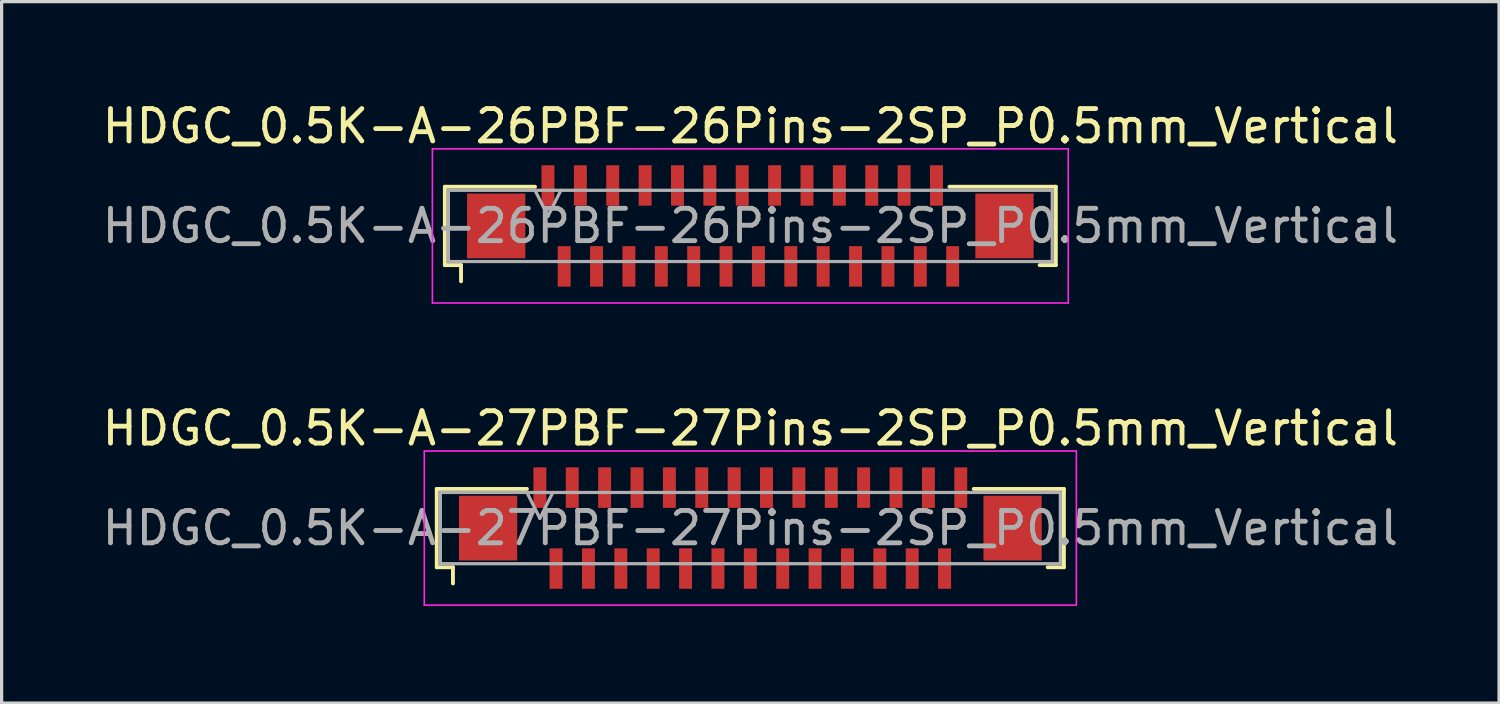
<source format=kicad_pcb>
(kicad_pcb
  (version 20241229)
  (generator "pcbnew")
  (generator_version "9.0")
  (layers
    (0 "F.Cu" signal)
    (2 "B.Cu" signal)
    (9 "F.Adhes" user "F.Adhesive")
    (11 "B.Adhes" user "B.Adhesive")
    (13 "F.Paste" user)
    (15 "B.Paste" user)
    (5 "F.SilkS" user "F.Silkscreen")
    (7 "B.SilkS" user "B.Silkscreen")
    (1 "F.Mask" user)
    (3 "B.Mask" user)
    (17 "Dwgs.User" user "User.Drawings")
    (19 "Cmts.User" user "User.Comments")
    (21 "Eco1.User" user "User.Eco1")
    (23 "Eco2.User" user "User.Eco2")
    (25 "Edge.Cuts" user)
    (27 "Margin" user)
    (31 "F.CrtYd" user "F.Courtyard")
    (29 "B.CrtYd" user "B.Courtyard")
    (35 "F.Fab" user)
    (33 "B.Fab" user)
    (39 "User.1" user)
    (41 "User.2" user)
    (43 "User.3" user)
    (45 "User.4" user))
  (footprint "HDGC_0.5K-A-26PBF-26Pins-2SP_P0.5mm_Vertical"
    (layer "F.Cu")
    (at 20.125 3.928)
    (property "Reference" "HDGC_0.5K-A-26PBF-26Pins-2SP_P0.5mm_Vertical" (at 0 -3.08 0) (layer "F.SilkS") (effects (font (size 1 1) (thickness 0.15))))
    (attr smd)
    (fp_line (start -9.435 -1.21) (end -6.65 -1.21) (stroke (width 0.12) (type solid)) (layer "F.SilkS"))
    (fp_line (start -9.435 1.21) (end -9.435 -1.21) (stroke (width 0.12) (type solid)) (layer "F.SilkS"))
    (fp_line (start -8.935 1.21) (end -9.435 1.21) (stroke (width 0.12) (type solid)) (layer "F.SilkS"))
    (fp_line (start -8.935 1.71) (end -8.935 1.21) (stroke (width 0.12) (type solid)) (layer "F.SilkS"))
    (fp_line (start 8.935 1.21) (end 9.435 1.21) (stroke (width 0.12) (type solid)) (layer "F.SilkS"))
    (fp_line (start 9.435 -1.21) (end 6.15 -1.21) (stroke (width 0.12) (type solid)) (layer "F.SilkS"))
    (fp_line (start 9.435 1.21) (end 9.435 -1.21) (stroke (width 0.12) (type solid)) (layer "F.SilkS"))
    (fp_line (start -9.82 -2.38) (end 9.82 -2.38) (stroke (width 0.05) (type solid)) (layer "F.CrtYd"))
    (fp_line (start -9.82 2.38) (end -9.82 -2.38) (stroke (width 0.05) (type solid)) (layer "F.CrtYd"))
    (fp_line (start 9.82 -2.38) (end 9.82 2.38) (stroke (width 0.05) (type solid)) (layer "F.CrtYd"))
    (fp_line (start 9.82 2.38) (end -9.82 2.38) (stroke (width 0.05) (type solid)) (layer "F.CrtYd"))
    (fp_line (start -9.325 -1.1) (end -9.325 1.1) (stroke (width 0.1) (type solid)) (layer "F.Fab"))
    (fp_line (start -9.325 1.1) (end 9.325 1.1) (stroke (width 0.1) (type solid)) (layer "F.Fab"))
    (fp_line (start -6.65 -1.1) (end -6.25 -0.3) (stroke (width 0.1) (type solid)) (layer "F.Fab"))
    (fp_line (start -6.25 -0.3) (end -5.85 -1.1) (stroke (width 0.1) (type solid)) (layer "F.Fab"))
    (fp_line (start 9.325 -1.1) (end -9.325 -1.1) (stroke (width 0.1) (type solid)) (layer "F.Fab"))
    (fp_line (start 9.325 1.1) (end 9.325 -1.1) (stroke (width 0.1) (type solid)) (layer "F.Fab"))
    (fp_text user "${REFERENCE}" (at 0 0 0) (layer "F.Fab") (effects (font (size 1 1) (thickness 0.15))))
    (pad "1" smd rect (at -6.25 -1.25) (size 0.4 1.25) (layers "F.Cu" "F.Mask" "F.Paste"))
    (pad "2" smd rect (at -5.75 1.25) (size 0.4 1.25) (layers "F.Cu" "F.Mask" "F.Paste"))
    (pad "3" smd rect (at -5.25 -1.25) (size 0.4 1.25) (layers "F.Cu" "F.Mask" "F.Paste"))
    (pad "4" smd rect (at -4.75 1.25) (size 0.4 1.25) (layers "F.Cu" "F.Mask" "F.Paste"))
    (pad "5" smd rect (at -4.25 -1.25) (size 0.4 1.25) (layers "F.Cu" "F.Mask" "F.Paste"))
    (pad "6" smd rect (at -3.75 1.25) (size 0.4 1.25) (layers "F.Cu" "F.Mask" "F.Paste"))
    (pad "7" smd rect (at -3.25 -1.25) (size 0.4 1.25) (layers "F.Cu" "F.Mask" "F.Paste"))
    (pad "8" smd rect (at -2.75 1.25) (size 0.4 1.25) (layers "F.Cu" "F.Mask" "F.Paste"))
    (pad "9" smd rect (at -2.25 -1.25) (size 0.4 1.25) (layers "F.Cu" "F.Mask" "F.Paste"))
    (pad "10" smd rect (at -1.75 1.25) (size 0.4 1.25) (layers "F.Cu" "F.Mask" "F.Paste"))
    (pad "11" smd rect (at -1.25 -1.25) (size 0.4 1.25) (layers "F.Cu" "F.Mask" "F.Paste"))
    (pad "12" smd rect (at -0.75 1.25) (size 0.4 1.25) (layers "F.Cu" "F.Mask" "F.Paste"))
    (pad "13" smd rect (at -0.25 -1.25) (size 0.4 1.25) (layers "F.Cu" "F.Mask" "F.Paste"))
    (pad "14" smd rect (at 0.25 1.25) (size 0.4 1.25) (layers "F.Cu" "F.Mask" "F.Paste"))
    (pad "15" smd rect (at 0.75 -1.25) (size 0.4 1.25) (layers "F.Cu" "F.Mask" "F.Paste"))
    (pad "16" smd rect (at 1.25 1.25) (size 0.4 1.25) (layers "F.Cu" "F.Mask" "F.Paste"))
    (pad "17" smd rect (at 1.75 -1.25) (size 0.4 1.25) (layers "F.Cu" "F.Mask" "F.Paste"))
    (pad "18" smd rect (at 2.25 1.25) (size 0.4 1.25) (layers "F.Cu" "F.Mask" "F.Paste"))
    (pad "19" smd rect (at 2.75 -1.25) (size 0.4 1.25) (layers "F.Cu" "F.Mask" "F.Paste"))
    (pad "20" smd rect (at 3.25 1.25) (size 0.4 1.25) (layers "F.Cu" "F.Mask" "F.Paste"))
    (pad "21" smd rect (at 3.75 -1.25) (size 0.4 1.25) (layers "F.Cu" "F.Mask" "F.Paste"))
    (pad "22" smd rect (at 4.25 1.25) (size 0.4 1.25) (layers "F.Cu" "F.Mask" "F.Paste"))
    (pad "23" smd rect (at 4.75 -1.25) (size 0.4 1.25) (layers "F.Cu" "F.Mask" "F.Paste"))
    (pad "24" smd rect (at 5.25 1.25) (size 0.4 1.25) (layers "F.Cu" "F.Mask" "F.Paste"))
    (pad "25" smd rect (at 5.75 -1.25) (size 0.4 1.25) (layers "F.Cu" "F.Mask" "F.Paste"))
    (pad "26" smd rect (at 6.25 1.25) (size 0.4 1.25) (layers "F.Cu" "F.Mask" "F.Paste"))
    (pad "MP" smd rect (at -7.85 0) (size 1.8 2) (layers "F.Cu" "F.Mask" "F.Paste"))
    (pad "MP" smd rect (at 7.85 0) (size 1.8 2) (layers "F.Cu" "F.Mask" "F.Paste")))
  (footprint "HDGC_0.5K-A-27PBF-27Pins-2SP_P0.5mm_Vertical"
    (layer "F.Cu")
    (at 20.125 13.261)
    (property "Reference" "HDGC_0.5K-A-27PBF-27Pins-2SP_P0.5mm_Vertical" (at 0 -3.08 0) (layer "F.SilkS") (effects (font (size 1 1) (thickness 0.15))))
    (attr smd)
    (fp_line (start -9.685 -1.21) (end -6.9 -1.21) (stroke (width 0.12) (type solid)) (layer "F.SilkS"))
    (fp_line (start -9.685 1.21) (end -9.685 -1.21) (stroke (width 0.12) (type solid)) (layer "F.SilkS"))
    (fp_line (start -9.185 1.21) (end -9.685 1.21) (stroke (width 0.12) (type solid)) (layer "F.SilkS"))
    (fp_line (start -9.185 1.71) (end -9.185 1.21) (stroke (width 0.12) (type solid)) (layer "F.SilkS"))
    (fp_line (start 9.185 1.21) (end 9.685 1.21) (stroke (width 0.12) (type solid)) (layer "F.SilkS"))
    (fp_line (start 9.685 -1.21) (end 6.9 -1.21) (stroke (width 0.12) (type solid)) (layer "F.SilkS"))
    (fp_line (start 9.685 1.21) (end 9.685 -1.21) (stroke (width 0.12) (type solid)) (layer "F.SilkS"))
    (fp_line (start -10.07 -2.38) (end 10.07 -2.38) (stroke (width 0.05) (type solid)) (layer "F.CrtYd"))
    (fp_line (start -10.07 2.38) (end -10.07 -2.38) (stroke (width 0.05) (type solid)) (layer "F.CrtYd"))
    (fp_line (start 10.07 -2.38) (end 10.07 2.38) (stroke (width 0.05) (type solid)) (layer "F.CrtYd"))
    (fp_line (start 10.07 2.38) (end -10.07 2.38) (stroke (width 0.05) (type solid)) (layer "F.CrtYd"))
    (fp_line (start -9.575 -1.1) (end -9.575 1.1) (stroke (width 0.1) (type solid)) (layer "F.Fab"))
    (fp_line (start -9.575 1.1) (end 9.575 1.1) (stroke (width 0.1) (type solid)) (layer "F.Fab"))
    (fp_line (start -6.9 -1.1) (end -6.5 -0.3) (stroke (width 0.1) (type solid)) (layer "F.Fab"))
    (fp_line (start -6.5 -0.3) (end -6.1 -1.1) (stroke (width 0.1) (type solid)) (layer "F.Fab"))
    (fp_line (start 9.575 -1.1) (end -9.575 -1.1) (stroke (width 0.1) (type solid)) (layer "F.Fab"))
    (fp_line (start 9.575 1.1) (end 9.575 -1.1) (stroke (width 0.1) (type solid)) (layer "F.Fab"))
    (fp_text user "${REFERENCE}" (at 0 0 0) (layer "F.Fab") (effects (font (size 1 1) (thickness 0.15))))
    (pad "1" smd rect (at -6.5 -1.25) (size 0.4 1.25) (layers "F.Cu" "F.Mask" "F.Paste"))
    (pad "2" smd rect (at -6 1.25) (size 0.4 1.25) (layers "F.Cu" "F.Mask" "F.Paste"))
    (pad "3" smd rect (at -5.5 -1.25) (size 0.4 1.25) (layers "F.Cu" "F.Mask" "F.Paste"))
    (pad "4" smd rect (at -5 1.25) (size 0.4 1.25) (layers "F.Cu" "F.Mask" "F.Paste"))
    (pad "5" smd rect (at -4.5 -1.25) (size 0.4 1.25) (layers "F.Cu" "F.Mask" "F.Paste"))
    (pad "6" smd rect (at -4 1.25) (size 0.4 1.25) (layers "F.Cu" "F.Mask" "F.Paste"))
    (pad "7" smd rect (at -3.5 -1.25) (size 0.4 1.25) (layers "F.Cu" "F.Mask" "F.Paste"))
    (pad "8" smd rect (at -3 1.25) (size 0.4 1.25) (layers "F.Cu" "F.Mask" "F.Paste"))
    (pad "9" smd rect (at -2.5 -1.25) (size 0.4 1.25) (layers "F.Cu" "F.Mask" "F.Paste"))
    (pad "10" smd rect (at -2 1.25) (size 0.4 1.25) (layers "F.Cu" "F.Mask" "F.Paste"))
    (pad "11" smd rect (at -1.5 -1.25) (size 0.4 1.25) (layers "F.Cu" "F.Mask" "F.Paste"))
    (pad "12" smd rect (at -1 1.25) (size 0.4 1.25) (layers "F.Cu" "F.Mask" "F.Paste"))
    (pad "13" smd rect (at -0.5 -1.25) (size 0.4 1.25) (layers "F.Cu" "F.Mask" "F.Paste"))
    (pad "14" smd rect (at 0 1.25) (size 0.4 1.25) (layers "F.Cu" "F.Mask" "F.Paste"))
    (pad "15" smd rect (at 0.5 -1.25) (size 0.4 1.25) (layers "F.Cu" "F.Mask" "F.Paste"))
    (pad "16" smd rect (at 1 1.25) (size 0.4 1.25) (layers "F.Cu" "F.Mask" "F.Paste"))
    (pad "17" smd rect (at 1.5 -1.25) (size 0.4 1.25) (layers "F.Cu" "F.Mask" "F.Paste"))
    (pad "18" smd rect (at 2 1.25) (size 0.4 1.25) (layers "F.Cu" "F.Mask" "F.Paste"))
    (pad "19" smd rect (at 2.5 -1.25) (size 0.4 1.25) (layers "F.Cu" "F.Mask" "F.Paste"))
    (pad "20" smd rect (at 3 1.25) (size 0.4 1.25) (layers "F.Cu" "F.Mask" "F.Paste"))
    (pad "21" smd rect (at 3.5 -1.25) (size 0.4 1.25) (layers "F.Cu" "F.Mask" "F.Paste"))
    (pad "22" smd rect (at 4 1.25) (size 0.4 1.25) (layers "F.Cu" "F.Mask" "F.Paste"))
    (pad "23" smd rect (at 4.5 -1.25) (size 0.4 1.25) (layers "F.Cu" "F.Mask" "F.Paste"))
    (pad "24" smd rect (at 5 1.25) (size 0.4 1.25) (layers "F.Cu" "F.Mask" "F.Paste"))
    (pad "25" smd rect (at 5.5 -1.25) (size 0.4 1.25) (layers "F.Cu" "F.Mask" "F.Paste"))
    (pad "26" smd rect (at 6 1.25) (size 0.4 1.25) (layers "F.Cu" "F.Mask" "F.Paste"))
    (pad "27" smd rect (at 6.5 -1.25) (size 0.4 1.25) (layers "F.Cu" "F.Mask" "F.Paste"))
    (pad "MP" smd rect (at -8.1 0) (size 1.8 2) (layers "F.Cu" "F.Mask" "F.Paste"))
    (pad "MP" smd rect (at 8.1 0) (size 1.8 2) (layers "F.Cu" "F.Mask" "F.Paste")))
  (gr_rect
    (start -3 -3)
    (end 43.25 18.666)
    (stroke (width 0.1) (type default))
    (fill no)
    (layer "Edge.Cuts")))
</source>
